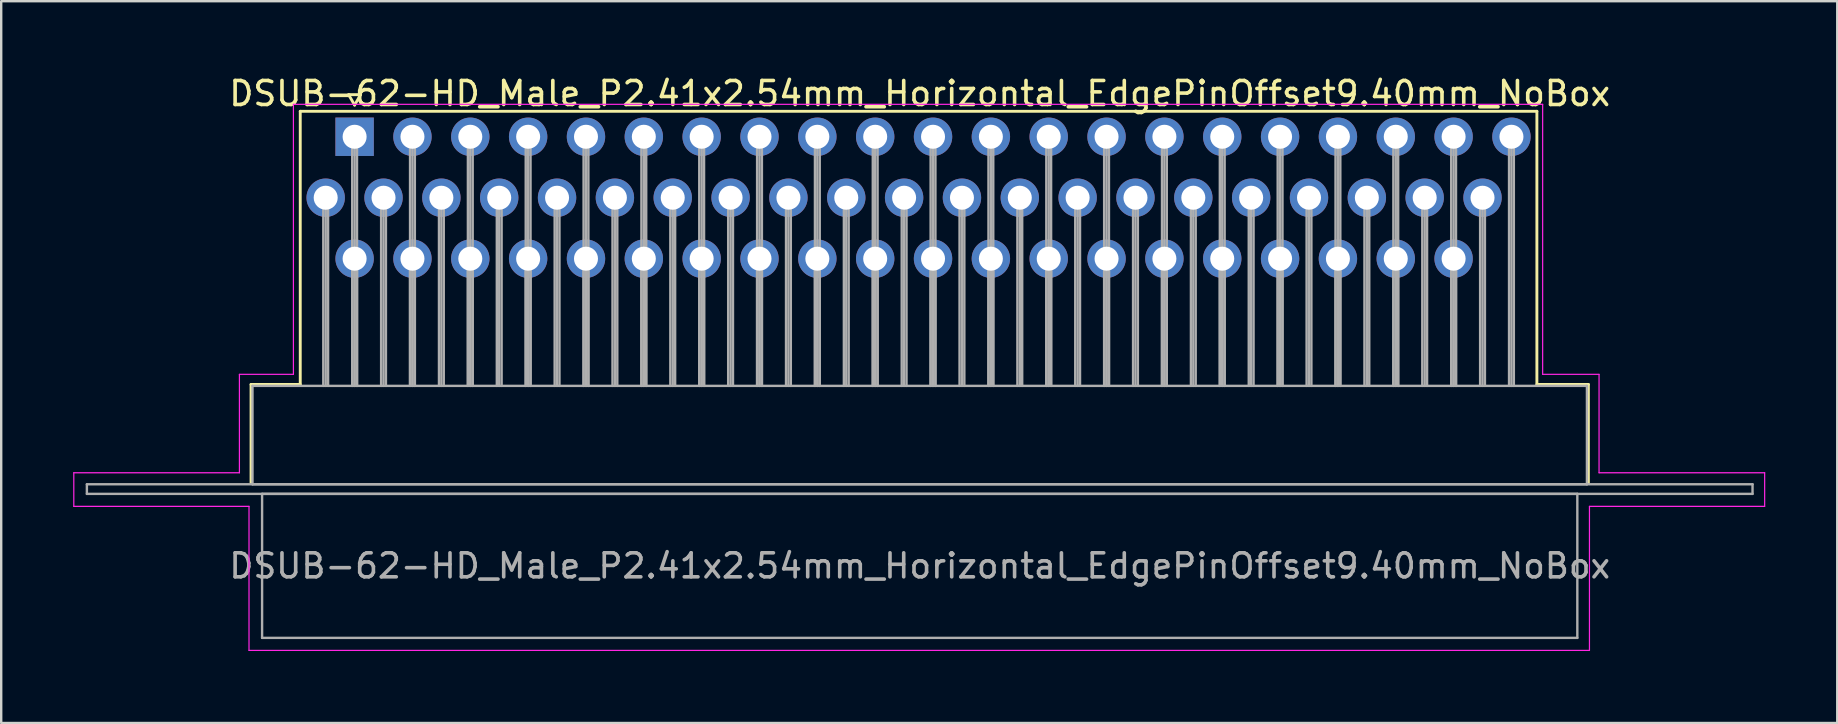
<source format=kicad_pcb>
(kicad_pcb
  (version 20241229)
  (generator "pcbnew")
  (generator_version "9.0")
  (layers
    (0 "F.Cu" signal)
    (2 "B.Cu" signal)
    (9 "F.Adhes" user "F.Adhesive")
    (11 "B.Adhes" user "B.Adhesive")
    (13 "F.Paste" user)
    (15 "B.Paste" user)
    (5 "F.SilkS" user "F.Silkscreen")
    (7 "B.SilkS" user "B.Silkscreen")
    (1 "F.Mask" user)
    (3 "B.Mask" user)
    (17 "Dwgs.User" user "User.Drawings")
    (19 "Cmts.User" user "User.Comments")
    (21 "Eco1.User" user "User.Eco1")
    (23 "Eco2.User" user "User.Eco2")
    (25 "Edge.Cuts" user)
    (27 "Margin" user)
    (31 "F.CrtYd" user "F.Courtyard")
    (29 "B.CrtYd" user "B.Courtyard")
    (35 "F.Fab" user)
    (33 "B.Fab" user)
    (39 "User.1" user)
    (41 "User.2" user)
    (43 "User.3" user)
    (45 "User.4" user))
  (footprint "DSUB-62-HD_Male_P2.41x2.54mm_Horizontal_EdgePinOffset9.40mm_NoBox"
    (layer "F.Cu")
    (at 11.725 2.648)
    (property "Reference" "DSUB-62-HD_Male_P2.41x2.54mm_Horizontal_EdgePinOffset9.40mm_NoBox" (at 23.545 -1.8 0) (layer "F.SilkS") (effects (font (size 1 1) (thickness 0.15))))
    (attr through_hole)
    (fp_line (start -4.315 10.32) (end -2.265 10.32) (stroke (width 0.12) (type solid)) (layer "F.SilkS"))
    (fp_line (start -4.315 14.42) (end -4.315 10.32) (stroke (width 0.12) (type solid)) (layer "F.SilkS"))
    (fp_line (start -2.265 -1.06) (end 49.26 -1.06) (stroke (width 0.12) (type solid)) (layer "F.SilkS"))
    (fp_line (start -2.265 10.32) (end -2.265 -1.06) (stroke (width 0.12) (type solid)) (layer "F.SilkS"))
    (fp_line (start -0.25 -1.754) (end 0.25 -1.754) (stroke (width 0.12) (type solid)) (layer "F.SilkS"))
    (fp_line (start 0 -1.321) (end -0.25 -1.754) (stroke (width 0.12) (type solid)) (layer "F.SilkS"))
    (fp_line (start 0.25 -1.754) (end 0 -1.321) (stroke (width 0.12) (type solid)) (layer "F.SilkS"))
    (fp_line (start 49.26 -1.06) (end 49.26 10.32) (stroke (width 0.12) (type solid)) (layer "F.SilkS"))
    (fp_line (start 49.26 10.32) (end 51.405 10.32) (stroke (width 0.12) (type solid)) (layer "F.SilkS"))
    (fp_line (start 51.405 10.32) (end 51.405 14.42) (stroke (width 0.12) (type solid)) (layer "F.SilkS"))
    (fp_line (start -11.7 14) (end -4.8 14) (stroke (width 0.05) (type solid)) (layer "F.CrtYd"))
    (fp_line (start -11.7 15.4) (end -11.7 14) (stroke (width 0.05) (type solid)) (layer "F.CrtYd"))
    (fp_line (start -4.8 9.9) (end -2.55 9.9) (stroke (width 0.05) (type solid)) (layer "F.CrtYd"))
    (fp_line (start -4.8 14) (end -4.8 9.9) (stroke (width 0.05) (type solid)) (layer "F.CrtYd"))
    (fp_line (start -4.4 15.4) (end -11.7 15.4) (stroke (width 0.05) (type solid)) (layer "F.CrtYd"))
    (fp_line (start -4.4 21.4) (end -4.4 15.4) (stroke (width 0.05) (type solid)) (layer "F.CrtYd"))
    (fp_line (start -2.55 -1.35) (end 49.5 -1.35) (stroke (width 0.05) (type solid)) (layer "F.CrtYd"))
    (fp_line (start -2.55 9.9) (end -2.55 -1.35) (stroke (width 0.05) (type solid)) (layer "F.CrtYd"))
    (fp_line (start 49.5 -1.35) (end 49.5 9.9) (stroke (width 0.05) (type solid)) (layer "F.CrtYd"))
    (fp_line (start 49.5 9.9) (end 51.85 9.9) (stroke (width 0.05) (type solid)) (layer "F.CrtYd"))
    (fp_line (start 51.45 15.4) (end 51.45 21.4) (stroke (width 0.05) (type solid)) (layer "F.CrtYd"))
    (fp_line (start 51.45 21.4) (end -4.4 21.4) (stroke (width 0.05) (type solid)) (layer "F.CrtYd"))
    (fp_line (start 51.85 9.9) (end 51.85 14) (stroke (width 0.05) (type solid)) (layer "F.CrtYd"))
    (fp_line (start 51.85 14) (end 58.75 14) (stroke (width 0.05) (type solid)) (layer "F.CrtYd"))
    (fp_line (start 58.75 14) (end 58.75 15.4) (stroke (width 0.05) (type solid)) (layer "F.CrtYd"))
    (fp_line (start 58.75 15.4) (end 51.45 15.4) (stroke (width 0.05) (type solid)) (layer "F.CrtYd"))
    (fp_line (start -11.155 14.48) (end -11.155 14.88) (stroke (width 0.1) (type solid)) (layer "F.Fab"))
    (fp_line (start -11.155 14.88) (end 58.245 14.88) (stroke (width 0.1) (type solid)) (layer "F.Fab"))
    (fp_line (start -4.255 10.38) (end -4.255 14.48) (stroke (width 0.1) (type solid)) (layer "F.Fab"))
    (fp_line (start -4.255 14.48) (end 51.345 14.48) (stroke (width 0.1) (type solid)) (layer "F.Fab"))
    (fp_line (start -3.855 14.88) (end -3.855 20.88) (stroke (width 0.1) (type solid)) (layer "F.Fab"))
    (fp_line (start -3.855 20.88) (end 50.945 20.88) (stroke (width 0.1) (type solid)) (layer "F.Fab"))
    (fp_line (start -1.305 2.54) (end -1.305 10.38) (stroke (width 0.1) (type solid)) (layer "F.Fab"))
    (fp_line (start -1.205 2.54) (end -1.205 10.38) (stroke (width 0.1) (type solid)) (layer "F.Fab"))
    (fp_line (start -1.105 2.54) (end -1.105 10.38) (stroke (width 0.1) (type solid)) (layer "F.Fab"))
    (fp_line (start -0.1 0) (end -0.1 10.38) (stroke (width 0.1) (type solid)) (layer "F.Fab"))
    (fp_line (start -0.1 5.08) (end -0.1 10.38) (stroke (width 0.1) (type solid)) (layer "F.Fab"))
    (fp_line (start 0 0) (end 0 10.38) (stroke (width 0.1) (type solid)) (layer "F.Fab"))
    (fp_line (start 0 5.08) (end 0 10.38) (stroke (width 0.1) (type solid)) (layer "F.Fab"))
    (fp_line (start 0.1 0) (end 0.1 10.38) (stroke (width 0.1) (type solid)) (layer "F.Fab"))
    (fp_line (start 0.1 5.08) (end 0.1 10.38) (stroke (width 0.1) (type solid)) (layer "F.Fab"))
    (fp_line (start 1.105 2.54) (end 1.105 10.38) (stroke (width 0.1) (type solid)) (layer "F.Fab"))
    (fp_line (start 1.205 2.54) (end 1.205 10.38) (stroke (width 0.1) (type solid)) (layer "F.Fab"))
    (fp_line (start 1.305 2.54) (end 1.305 10.38) (stroke (width 0.1) (type solid)) (layer "F.Fab"))
    (fp_line (start 2.31 0) (end 2.31 10.38) (stroke (width 0.1) (type solid)) (layer "F.Fab"))
    (fp_line (start 2.31 5.08) (end 2.31 10.38) (stroke (width 0.1) (type solid)) (layer "F.Fab"))
    (fp_line (start 2.41 0) (end 2.41 10.38) (stroke (width 0.1) (type solid)) (layer "F.Fab"))
    (fp_line (start 2.41 5.08) (end 2.41 10.38) (stroke (width 0.1) (type solid)) (layer "F.Fab"))
    (fp_line (start 2.51 0) (end 2.51 10.38) (stroke (width 0.1) (type solid)) (layer "F.Fab"))
    (fp_line (start 2.51 5.08) (end 2.51 10.38) (stroke (width 0.1) (type solid)) (layer "F.Fab"))
    (fp_line (start 3.515 2.54) (end 3.515 10.38) (stroke (width 0.1) (type solid)) (layer "F.Fab"))
    (fp_line (start 3.615 2.54) (end 3.615 10.38) (stroke (width 0.1) (type solid)) (layer "F.Fab"))
    (fp_line (start 3.715 2.54) (end 3.715 10.38) (stroke (width 0.1) (type solid)) (layer "F.Fab"))
    (fp_line (start 4.72 0) (end 4.72 10.38) (stroke (width 0.1) (type solid)) (layer "F.Fab"))
    (fp_line (start 4.72 5.08) (end 4.72 10.38) (stroke (width 0.1) (type solid)) (layer "F.Fab"))
    (fp_line (start 4.82 0) (end 4.82 10.38) (stroke (width 0.1) (type solid)) (layer "F.Fab"))
    (fp_line (start 4.82 5.08) (end 4.82 10.38) (stroke (width 0.1) (type solid)) (layer "F.Fab"))
    (fp_line (start 4.92 0) (end 4.92 10.38) (stroke (width 0.1) (type solid)) (layer "F.Fab"))
    (fp_line (start 4.92 5.08) (end 4.92 10.38) (stroke (width 0.1) (type solid)) (layer "F.Fab"))
    (fp_line (start 5.925 2.54) (end 5.925 10.38) (stroke (width 0.1) (type solid)) (layer "F.Fab"))
    (fp_line (start 6.025 2.54) (end 6.025 10.38) (stroke (width 0.1) (type solid)) (layer "F.Fab"))
    (fp_line (start 6.125 2.54) (end 6.125 10.38) (stroke (width 0.1) (type solid)) (layer "F.Fab"))
    (fp_line (start 7.13 0) (end 7.13 10.38) (stroke (width 0.1) (type solid)) (layer "F.Fab"))
    (fp_line (start 7.13 5.08) (end 7.13 10.38) (stroke (width 0.1) (type solid)) (layer "F.Fab"))
    (fp_line (start 7.23 0) (end 7.23 10.38) (stroke (width 0.1) (type solid)) (layer "F.Fab"))
    (fp_line (start 7.23 5.08) (end 7.23 10.38) (stroke (width 0.1) (type solid)) (layer "F.Fab"))
    (fp_line (start 7.33 0) (end 7.33 10.38) (stroke (width 0.1) (type solid)) (layer "F.Fab"))
    (fp_line (start 7.33 5.08) (end 7.33 10.38) (stroke (width 0.1) (type solid)) (layer "F.Fab"))
    (fp_line (start 8.335 2.54) (end 8.335 10.38) (stroke (width 0.1) (type solid)) (layer "F.Fab"))
    (fp_line (start 8.435 2.54) (end 8.435 10.38) (stroke (width 0.1) (type solid)) (layer "F.Fab"))
    (fp_line (start 8.535 2.54) (end 8.535 10.38) (stroke (width 0.1) (type solid)) (layer "F.Fab"))
    (fp_line (start 9.54 0) (end 9.54 10.38) (stroke (width 0.1) (type solid)) (layer "F.Fab"))
    (fp_line (start 9.54 5.08) (end 9.54 10.38) (stroke (width 0.1) (type solid)) (layer "F.Fab"))
    (fp_line (start 9.64 0) (end 9.64 10.38) (stroke (width 0.1) (type solid)) (layer "F.Fab"))
    (fp_line (start 9.64 5.08) (end 9.64 10.38) (stroke (width 0.1) (type solid)) (layer "F.Fab"))
    (fp_line (start 9.74 0) (end 9.74 10.38) (stroke (width 0.1) (type solid)) (layer "F.Fab"))
    (fp_line (start 9.74 5.08) (end 9.74 10.38) (stroke (width 0.1) (type solid)) (layer "F.Fab"))
    (fp_line (start 10.745 2.54) (end 10.745 10.38) (stroke (width 0.1) (type solid)) (layer "F.Fab"))
    (fp_line (start 10.845 2.54) (end 10.845 10.38) (stroke (width 0.1) (type solid)) (layer "F.Fab"))
    (fp_line (start 10.945 2.54) (end 10.945 10.38) (stroke (width 0.1) (type solid)) (layer "F.Fab"))
    (fp_line (start 11.95 0) (end 11.95 10.38) (stroke (width 0.1) (type solid)) (layer "F.Fab"))
    (fp_line (start 11.95 5.08) (end 11.95 10.38) (stroke (width 0.1) (type solid)) (layer "F.Fab"))
    (fp_line (start 12.05 0) (end 12.05 10.38) (stroke (width 0.1) (type solid)) (layer "F.Fab"))
    (fp_line (start 12.05 5.08) (end 12.05 10.38) (stroke (width 0.1) (type solid)) (layer "F.Fab"))
    (fp_line (start 12.15 0) (end 12.15 10.38) (stroke (width 0.1) (type solid)) (layer "F.Fab"))
    (fp_line (start 12.15 5.08) (end 12.15 10.38) (stroke (width 0.1) (type solid)) (layer "F.Fab"))
    (fp_line (start 13.155 2.54) (end 13.155 10.38) (stroke (width 0.1) (type solid)) (layer "F.Fab"))
    (fp_line (start 13.255 2.54) (end 13.255 10.38) (stroke (width 0.1) (type solid)) (layer "F.Fab"))
    (fp_line (start 13.355 2.54) (end 13.355 10.38) (stroke (width 0.1) (type solid)) (layer "F.Fab"))
    (fp_line (start 14.36 0) (end 14.36 10.38) (stroke (width 0.1) (type solid)) (layer "F.Fab"))
    (fp_line (start 14.36 5.08) (end 14.36 10.38) (stroke (width 0.1) (type solid)) (layer "F.Fab"))
    (fp_line (start 14.46 0) (end 14.46 10.38) (stroke (width 0.1) (type solid)) (layer "F.Fab"))
    (fp_line (start 14.46 5.08) (end 14.46 10.38) (stroke (width 0.1) (type solid)) (layer "F.Fab"))
    (fp_line (start 14.56 0) (end 14.56 10.38) (stroke (width 0.1) (type solid)) (layer "F.Fab"))
    (fp_line (start 14.56 5.08) (end 14.56 10.38) (stroke (width 0.1) (type solid)) (layer "F.Fab"))
    (fp_line (start 15.565 2.54) (end 15.565 10.38) (stroke (width 0.1) (type solid)) (layer "F.Fab"))
    (fp_line (start 15.665 2.54) (end 15.665 10.38) (stroke (width 0.1) (type solid)) (layer "F.Fab"))
    (fp_line (start 15.765 2.54) (end 15.765 10.38) (stroke (width 0.1) (type solid)) (layer "F.Fab"))
    (fp_line (start 16.77 0) (end 16.77 10.38) (stroke (width 0.1) (type solid)) (layer "F.Fab"))
    (fp_line (start 16.77 5.08) (end 16.77 10.38) (stroke (width 0.1) (type solid)) (layer "F.Fab"))
    (fp_line (start 16.87 0) (end 16.87 10.38) (stroke (width 0.1) (type solid)) (layer "F.Fab"))
    (fp_line (start 16.87 5.08) (end 16.87 10.38) (stroke (width 0.1) (type solid)) (layer "F.Fab"))
    (fp_line (start 16.97 0) (end 16.97 10.38) (stroke (width 0.1) (type solid)) (layer "F.Fab"))
    (fp_line (start 16.97 5.08) (end 16.97 10.38) (stroke (width 0.1) (type solid)) (layer "F.Fab"))
    (fp_line (start 17.975 2.54) (end 17.975 10.38) (stroke (width 0.1) (type solid)) (layer "F.Fab"))
    (fp_line (start 18.075 2.54) (end 18.075 10.38) (stroke (width 0.1) (type solid)) (layer "F.Fab"))
    (fp_line (start 18.175 2.54) (end 18.175 10.38) (stroke (width 0.1) (type solid)) (layer "F.Fab"))
    (fp_line (start 19.18 0) (end 19.18 10.38) (stroke (width 0.1) (type solid)) (layer "F.Fab"))
    (fp_line (start 19.18 5.08) (end 19.18 10.38) (stroke (width 0.1) (type solid)) (layer "F.Fab"))
    (fp_line (start 19.28 0) (end 19.28 10.38) (stroke (width 0.1) (type solid)) (layer "F.Fab"))
    (fp_line (start 19.28 5.08) (end 19.28 10.38) (stroke (width 0.1) (type solid)) (layer "F.Fab"))
    (fp_line (start 19.38 0) (end 19.38 10.38) (stroke (width 0.1) (type solid)) (layer "F.Fab"))
    (fp_line (start 19.38 5.08) (end 19.38 10.38) (stroke (width 0.1) (type solid)) (layer "F.Fab"))
    (fp_line (start 20.385 2.54) (end 20.385 10.38) (stroke (width 0.1) (type solid)) (layer "F.Fab"))
    (fp_line (start 20.485 2.54) (end 20.485 10.38) (stroke (width 0.1) (type solid)) (layer "F.Fab"))
    (fp_line (start 20.585 2.54) (end 20.585 10.38) (stroke (width 0.1) (type solid)) (layer "F.Fab"))
    (fp_line (start 21.59 0) (end 21.59 10.38) (stroke (width 0.1) (type solid)) (layer "F.Fab"))
    (fp_line (start 21.59 5.08) (end 21.59 10.38) (stroke (width 0.1) (type solid)) (layer "F.Fab"))
    (fp_line (start 21.69 0) (end 21.69 10.38) (stroke (width 0.1) (type solid)) (layer "F.Fab"))
    (fp_line (start 21.69 5.08) (end 21.69 10.38) (stroke (width 0.1) (type solid)) (layer "F.Fab"))
    (fp_line (start 21.79 0) (end 21.79 10.38) (stroke (width 0.1) (type solid)) (layer "F.Fab"))
    (fp_line (start 21.79 5.08) (end 21.79 10.38) (stroke (width 0.1) (type solid)) (layer "F.Fab"))
    (fp_line (start 22.795 2.54) (end 22.795 10.38) (stroke (width 0.1) (type solid)) (layer "F.Fab"))
    (fp_line (start 22.895 2.54) (end 22.895 10.38) (stroke (width 0.1) (type solid)) (layer "F.Fab"))
    (fp_line (start 22.995 2.54) (end 22.995 10.38) (stroke (width 0.1) (type solid)) (layer "F.Fab"))
    (fp_line (start 24 0) (end 24 10.38) (stroke (width 0.1) (type solid)) (layer "F.Fab"))
    (fp_line (start 24 5.08) (end 24 10.38) (stroke (width 0.1) (type solid)) (layer "F.Fab"))
    (fp_line (start 24.1 0) (end 24.1 10.38) (stroke (width 0.1) (type solid)) (layer "F.Fab"))
    (fp_line (start 24.1 5.08) (end 24.1 10.38) (stroke (width 0.1) (type solid)) (layer "F.Fab"))
    (fp_line (start 24.2 0) (end 24.2 10.38) (stroke (width 0.1) (type solid)) (layer "F.Fab"))
    (fp_line (start 24.2 5.08) (end 24.2 10.38) (stroke (width 0.1) (type solid)) (layer "F.Fab"))
    (fp_line (start 25.205 2.54) (end 25.205 10.38) (stroke (width 0.1) (type solid)) (layer "F.Fab"))
    (fp_line (start 25.305 2.54) (end 25.305 10.38) (stroke (width 0.1) (type solid)) (layer "F.Fab"))
    (fp_line (start 25.405 2.54) (end 25.405 10.38) (stroke (width 0.1) (type solid)) (layer "F.Fab"))
    (fp_line (start 26.41 0) (end 26.41 10.38) (stroke (width 0.1) (type solid)) (layer "F.Fab"))
    (fp_line (start 26.41 5.08) (end 26.41 10.38) (stroke (width 0.1) (type solid)) (layer "F.Fab"))
    (fp_line (start 26.51 0) (end 26.51 10.38) (stroke (width 0.1) (type solid)) (layer "F.Fab"))
    (fp_line (start 26.51 5.08) (end 26.51 10.38) (stroke (width 0.1) (type solid)) (layer "F.Fab"))
    (fp_line (start 26.61 0) (end 26.61 10.38) (stroke (width 0.1) (type solid)) (layer "F.Fab"))
    (fp_line (start 26.61 5.08) (end 26.61 10.38) (stroke (width 0.1) (type solid)) (layer "F.Fab"))
    (fp_line (start 27.615 2.54) (end 27.615 10.38) (stroke (width 0.1) (type solid)) (layer "F.Fab"))
    (fp_line (start 27.715 2.54) (end 27.715 10.38) (stroke (width 0.1) (type solid)) (layer "F.Fab"))
    (fp_line (start 27.815 2.54) (end 27.815 10.38) (stroke (width 0.1) (type solid)) (layer "F.Fab"))
    (fp_line (start 28.82 0) (end 28.82 10.38) (stroke (width 0.1) (type solid)) (layer "F.Fab"))
    (fp_line (start 28.82 5.08) (end 28.82 10.38) (stroke (width 0.1) (type solid)) (layer "F.Fab"))
    (fp_line (start 28.92 0) (end 28.92 10.38) (stroke (width 0.1) (type solid)) (layer "F.Fab"))
    (fp_line (start 28.92 5.08) (end 28.92 10.38) (stroke (width 0.1) (type solid)) (layer "F.Fab"))
    (fp_line (start 29.02 0) (end 29.02 10.38) (stroke (width 0.1) (type solid)) (layer "F.Fab"))
    (fp_line (start 29.02 5.08) (end 29.02 10.38) (stroke (width 0.1) (type solid)) (layer "F.Fab"))
    (fp_line (start 30.025 2.54) (end 30.025 10.38) (stroke (width 0.1) (type solid)) (layer "F.Fab"))
    (fp_line (start 30.125 2.54) (end 30.125 10.38) (stroke (width 0.1) (type solid)) (layer "F.Fab"))
    (fp_line (start 30.225 2.54) (end 30.225 10.38) (stroke (width 0.1) (type solid)) (layer "F.Fab"))
    (fp_line (start 31.23 0) (end 31.23 10.38) (stroke (width 0.1) (type solid)) (layer "F.Fab"))
    (fp_line (start 31.23 5.08) (end 31.23 10.38) (stroke (width 0.1) (type solid)) (layer "F.Fab"))
    (fp_line (start 31.33 0) (end 31.33 10.38) (stroke (width 0.1) (type solid)) (layer "F.Fab"))
    (fp_line (start 31.33 5.08) (end 31.33 10.38) (stroke (width 0.1) (type solid)) (layer "F.Fab"))
    (fp_line (start 31.43 0) (end 31.43 10.38) (stroke (width 0.1) (type solid)) (layer "F.Fab"))
    (fp_line (start 31.43 5.08) (end 31.43 10.38) (stroke (width 0.1) (type solid)) (layer "F.Fab"))
    (fp_line (start 32.435 2.54) (end 32.435 10.38) (stroke (width 0.1) (type solid)) (layer "F.Fab"))
    (fp_line (start 32.535 2.54) (end 32.535 10.38) (stroke (width 0.1) (type solid)) (layer "F.Fab"))
    (fp_line (start 32.635 2.54) (end 32.635 10.38) (stroke (width 0.1) (type solid)) (layer "F.Fab"))
    (fp_line (start 33.64 0) (end 33.64 10.38) (stroke (width 0.1) (type solid)) (layer "F.Fab"))
    (fp_line (start 33.64 5.08) (end 33.64 10.38) (stroke (width 0.1) (type solid)) (layer "F.Fab"))
    (fp_line (start 33.74 0) (end 33.74 10.38) (stroke (width 0.1) (type solid)) (layer "F.Fab"))
    (fp_line (start 33.74 5.08) (end 33.74 10.38) (stroke (width 0.1) (type solid)) (layer "F.Fab"))
    (fp_line (start 33.84 0) (end 33.84 10.38) (stroke (width 0.1) (type solid)) (layer "F.Fab"))
    (fp_line (start 33.84 5.08) (end 33.84 10.38) (stroke (width 0.1) (type solid)) (layer "F.Fab"))
    (fp_line (start 34.845 2.54) (end 34.845 10.38) (stroke (width 0.1) (type solid)) (layer "F.Fab"))
    (fp_line (start 34.945 2.54) (end 34.945 10.38) (stroke (width 0.1) (type solid)) (layer "F.Fab"))
    (fp_line (start 35.045 2.54) (end 35.045 10.38) (stroke (width 0.1) (type solid)) (layer "F.Fab"))
    (fp_line (start 36.05 0) (end 36.05 10.38) (stroke (width 0.1) (type solid)) (layer "F.Fab"))
    (fp_line (start 36.05 5.08) (end 36.05 10.38) (stroke (width 0.1) (type solid)) (layer "F.Fab"))
    (fp_line (start 36.15 0) (end 36.15 10.38) (stroke (width 0.1) (type solid)) (layer "F.Fab"))
    (fp_line (start 36.15 5.08) (end 36.15 10.38) (stroke (width 0.1) (type solid)) (layer "F.Fab"))
    (fp_line (start 36.25 0) (end 36.25 10.38) (stroke (width 0.1) (type solid)) (layer "F.Fab"))
    (fp_line (start 36.25 5.08) (end 36.25 10.38) (stroke (width 0.1) (type solid)) (layer "F.Fab"))
    (fp_line (start 37.255 2.54) (end 37.255 10.38) (stroke (width 0.1) (type solid)) (layer "F.Fab"))
    (fp_line (start 37.355 2.54) (end 37.355 10.38) (stroke (width 0.1) (type solid)) (layer "F.Fab"))
    (fp_line (start 37.455 2.54) (end 37.455 10.38) (stroke (width 0.1) (type solid)) (layer "F.Fab"))
    (fp_line (start 38.46 0) (end 38.46 10.38) (stroke (width 0.1) (type solid)) (layer "F.Fab"))
    (fp_line (start 38.46 5.08) (end 38.46 10.38) (stroke (width 0.1) (type solid)) (layer "F.Fab"))
    (fp_line (start 38.56 0) (end 38.56 10.38) (stroke (width 0.1) (type solid)) (layer "F.Fab"))
    (fp_line (start 38.56 5.08) (end 38.56 10.38) (stroke (width 0.1) (type solid)) (layer "F.Fab"))
    (fp_line (start 38.66 0) (end 38.66 10.38) (stroke (width 0.1) (type solid)) (layer "F.Fab"))
    (fp_line (start 38.66 5.08) (end 38.66 10.38) (stroke (width 0.1) (type solid)) (layer "F.Fab"))
    (fp_line (start 39.665 2.54) (end 39.665 10.38) (stroke (width 0.1) (type solid)) (layer "F.Fab"))
    (fp_line (start 39.765 2.54) (end 39.765 10.38) (stroke (width 0.1) (type solid)) (layer "F.Fab"))
    (fp_line (start 39.865 2.54) (end 39.865 10.38) (stroke (width 0.1) (type solid)) (layer "F.Fab"))
    (fp_line (start 40.87 0) (end 40.87 10.38) (stroke (width 0.1) (type solid)) (layer "F.Fab"))
    (fp_line (start 40.87 5.08) (end 40.87 10.38) (stroke (width 0.1) (type solid)) (layer "F.Fab"))
    (fp_line (start 40.97 0) (end 40.97 10.38) (stroke (width 0.1) (type solid)) (layer "F.Fab"))
    (fp_line (start 40.97 5.08) (end 40.97 10.38) (stroke (width 0.1) (type solid)) (layer "F.Fab"))
    (fp_line (start 41.07 0) (end 41.07 10.38) (stroke (width 0.1) (type solid)) (layer "F.Fab"))
    (fp_line (start 41.07 5.08) (end 41.07 10.38) (stroke (width 0.1) (type solid)) (layer "F.Fab"))
    (fp_line (start 42.075 2.54) (end 42.075 10.38) (stroke (width 0.1) (type solid)) (layer "F.Fab"))
    (fp_line (start 42.175 2.54) (end 42.175 10.38) (stroke (width 0.1) (type solid)) (layer "F.Fab"))
    (fp_line (start 42.275 2.54) (end 42.275 10.38) (stroke (width 0.1) (type solid)) (layer "F.Fab"))
    (fp_line (start 43.28 0) (end 43.28 10.38) (stroke (width 0.1) (type solid)) (layer "F.Fab"))
    (fp_line (start 43.28 5.08) (end 43.28 10.38) (stroke (width 0.1) (type solid)) (layer "F.Fab"))
    (fp_line (start 43.38 0) (end 43.38 10.38) (stroke (width 0.1) (type solid)) (layer "F.Fab"))
    (fp_line (start 43.38 5.08) (end 43.38 10.38) (stroke (width 0.1) (type solid)) (layer "F.Fab"))
    (fp_line (start 43.48 0) (end 43.48 10.38) (stroke (width 0.1) (type solid)) (layer "F.Fab"))
    (fp_line (start 43.48 5.08) (end 43.48 10.38) (stroke (width 0.1) (type solid)) (layer "F.Fab"))
    (fp_line (start 44.485 2.54) (end 44.485 10.38) (stroke (width 0.1) (type solid)) (layer "F.Fab"))
    (fp_line (start 44.585 2.54) (end 44.585 10.38) (stroke (width 0.1) (type solid)) (layer "F.Fab"))
    (fp_line (start 44.685 2.54) (end 44.685 10.38) (stroke (width 0.1) (type solid)) (layer "F.Fab"))
    (fp_line (start 45.69 0) (end 45.69 10.38) (stroke (width 0.1) (type solid)) (layer "F.Fab"))
    (fp_line (start 45.69 5.08) (end 45.69 10.38) (stroke (width 0.1) (type solid)) (layer "F.Fab"))
    (fp_line (start 45.79 0) (end 45.79 10.38) (stroke (width 0.1) (type solid)) (layer "F.Fab"))
    (fp_line (start 45.79 5.08) (end 45.79 10.38) (stroke (width 0.1) (type solid)) (layer "F.Fab"))
    (fp_line (start 45.89 0) (end 45.89 10.38) (stroke (width 0.1) (type solid)) (layer "F.Fab"))
    (fp_line (start 45.89 5.08) (end 45.89 10.38) (stroke (width 0.1) (type solid)) (layer "F.Fab"))
    (fp_line (start 46.895 2.54) (end 46.895 10.38) (stroke (width 0.1) (type solid)) (layer "F.Fab"))
    (fp_line (start 46.995 2.54) (end 46.995 10.38) (stroke (width 0.1) (type solid)) (layer "F.Fab"))
    (fp_line (start 47.095 2.54) (end 47.095 10.38) (stroke (width 0.1) (type solid)) (layer "F.Fab"))
    (fp_line (start 48.1 0) (end 48.1 10.38) (stroke (width 0.1) (type solid)) (layer "F.Fab"))
    (fp_line (start 48.2 0) (end 48.2 10.38) (stroke (width 0.1) (type solid)) (layer "F.Fab"))
    (fp_line (start 48.3 0) (end 48.3 10.38) (stroke (width 0.1) (type solid)) (layer "F.Fab"))
    (fp_line (start 50.945 14.88) (end -3.855 14.88) (stroke (width 0.1) (type solid)) (layer "F.Fab"))
    (fp_line (start 50.945 20.88) (end 50.945 14.88) (stroke (width 0.1) (type solid)) (layer "F.Fab"))
    (fp_line (start 51.345 10.38) (end -4.255 10.38) (stroke (width 0.1) (type solid)) (layer "F.Fab"))
    (fp_line (start 51.345 14.48) (end 51.345 10.38) (stroke (width 0.1) (type solid)) (layer "F.Fab"))
    (fp_line (start 58.245 14.48) (end -11.155 14.48) (stroke (width 0.1) (type solid)) (layer "F.Fab"))
    (fp_line (start 58.245 14.88) (end 58.245 14.48) (stroke (width 0.1) (type solid)) (layer "F.Fab"))
    (fp_text user "${REFERENCE}" (at 23.545 17.88 0) (layer "F.Fab") (effects (font (size 1 1) (thickness 0.15))))
    (pad "1" thru_hole rect (at 0 0) (size 1.6 1.6) (drill 1) (layers "*.Cu" "*.Mask"))
    (pad "2" thru_hole circle (at 2.41 0) (size 1.6 1.6) (drill 1) (layers "*.Cu" "*.Mask"))
    (pad "3" thru_hole circle (at 4.82 0) (size 1.6 1.6) (drill 1) (layers "*.Cu" "*.Mask"))
    (pad "4" thru_hole circle (at 7.23 0) (size 1.6 1.6) (drill 1) (layers "*.Cu" "*.Mask"))
    (pad "5" thru_hole circle (at 9.64 0) (size 1.6 1.6) (drill 1) (layers "*.Cu" "*.Mask"))
    (pad "6" thru_hole circle (at 12.05 0) (size 1.6 1.6) (drill 1) (layers "*.Cu" "*.Mask"))
    (pad "7" thru_hole circle (at 14.46 0) (size 1.6 1.6) (drill 1) (layers "*.Cu" "*.Mask"))
    (pad "8" thru_hole circle (at 16.87 0) (size 1.6 1.6) (drill 1) (layers "*.Cu" "*.Mask"))
    (pad "9" thru_hole circle (at 19.28 0) (size 1.6 1.6) (drill 1) (layers "*.Cu" "*.Mask"))
    (pad "10" thru_hole circle (at 21.69 0) (size 1.6 1.6) (drill 1) (layers "*.Cu" "*.Mask"))
    (pad "11" thru_hole circle (at 24.1 0) (size 1.6 1.6) (drill 1) (layers "*.Cu" "*.Mask"))
    (pad "12" thru_hole circle (at 26.51 0) (size 1.6 1.6) (drill 1) (layers "*.Cu" "*.Mask"))
    (pad "13" thru_hole circle (at 28.92 0) (size 1.6 1.6) (drill 1) (layers "*.Cu" "*.Mask"))
    (pad "14" thru_hole circle (at 31.33 0) (size 1.6 1.6) (drill 1) (layers "*.Cu" "*.Mask"))
    (pad "15" thru_hole circle (at 33.74 0) (size 1.6 1.6) (drill 1) (layers "*.Cu" "*.Mask"))
    (pad "16" thru_hole circle (at 36.15 0) (size 1.6 1.6) (drill 1) (layers "*.Cu" "*.Mask"))
    (pad "17" thru_hole circle (at 38.56 0) (size 1.6 1.6) (drill 1) (layers "*.Cu" "*.Mask"))
    (pad "18" thru_hole circle (at 40.97 0) (size 1.6 1.6) (drill 1) (layers "*.Cu" "*.Mask"))
    (pad "19" thru_hole circle (at 43.38 0) (size 1.6 1.6) (drill 1) (layers "*.Cu" "*.Mask"))
    (pad "20" thru_hole circle (at 45.79 0) (size 1.6 1.6) (drill 1) (layers "*.Cu" "*.Mask"))
    (pad "21" thru_hole circle (at 48.2 0) (size 1.6 1.6) (drill 1) (layers "*.Cu" "*.Mask"))
    (pad "22" thru_hole circle (at -1.205 2.54) (size 1.6 1.6) (drill 1) (layers "*.Cu" "*.Mask"))
    (pad "23" thru_hole circle (at 1.205 2.54) (size 1.6 1.6) (drill 1) (layers "*.Cu" "*.Mask"))
    (pad "24" thru_hole circle (at 3.615 2.54) (size 1.6 1.6) (drill 1) (layers "*.Cu" "*.Mask"))
    (pad "25" thru_hole circle (at 6.025 2.54) (size 1.6 1.6) (drill 1) (layers "*.Cu" "*.Mask"))
    (pad "26" thru_hole circle (at 8.435 2.54) (size 1.6 1.6) (drill 1) (layers "*.Cu" "*.Mask"))
    (pad "27" thru_hole circle (at 10.845 2.54) (size 1.6 1.6) (drill 1) (layers "*.Cu" "*.Mask"))
    (pad "28" thru_hole circle (at 13.255 2.54) (size 1.6 1.6) (drill 1) (layers "*.Cu" "*.Mask"))
    (pad "29" thru_hole circle (at 15.665 2.54) (size 1.6 1.6) (drill 1) (layers "*.Cu" "*.Mask"))
    (pad "30" thru_hole circle (at 18.075 2.54) (size 1.6 1.6) (drill 1) (layers "*.Cu" "*.Mask"))
    (pad "31" thru_hole circle (at 20.485 2.54) (size 1.6 1.6) (drill 1) (layers "*.Cu" "*.Mask"))
    (pad "32" thru_hole circle (at 22.895 2.54) (size 1.6 1.6) (drill 1) (layers "*.Cu" "*.Mask"))
    (pad "33" thru_hole circle (at 25.305 2.54) (size 1.6 1.6) (drill 1) (layers "*.Cu" "*.Mask"))
    (pad "34" thru_hole circle (at 27.715 2.54) (size 1.6 1.6) (drill 1) (layers "*.Cu" "*.Mask"))
    (pad "35" thru_hole circle (at 30.125 2.54) (size 1.6 1.6) (drill 1) (layers "*.Cu" "*.Mask"))
    (pad "36" thru_hole circle (at 32.535 2.54) (size 1.6 1.6) (drill 1) (layers "*.Cu" "*.Mask"))
    (pad "37" thru_hole circle (at 34.945 2.54) (size 1.6 1.6) (drill 1) (layers "*.Cu" "*.Mask"))
    (pad "38" thru_hole circle (at 37.355 2.54) (size 1.6 1.6) (drill 1) (layers "*.Cu" "*.Mask"))
    (pad "39" thru_hole circle (at 39.765 2.54) (size 1.6 1.6) (drill 1) (layers "*.Cu" "*.Mask"))
    (pad "40" thru_hole circle (at 42.175 2.54) (size 1.6 1.6) (drill 1) (layers "*.Cu" "*.Mask"))
    (pad "41" thru_hole circle (at 44.585 2.54) (size 1.6 1.6) (drill 1) (layers "*.Cu" "*.Mask"))
    (pad "42" thru_hole circle (at 46.995 2.54) (size 1.6 1.6) (drill 1) (layers "*.Cu" "*.Mask"))
    (pad "43" thru_hole circle (at 0 5.08) (size 1.6 1.6) (drill 1) (layers "*.Cu" "*.Mask"))
    (pad "44" thru_hole circle (at 2.41 5.08) (size 1.6 1.6) (drill 1) (layers "*.Cu" "*.Mask"))
    (pad "45" thru_hole circle (at 4.82 5.08) (size 1.6 1.6) (drill 1) (layers "*.Cu" "*.Mask"))
    (pad "46" thru_hole circle (at 7.23 5.08) (size 1.6 1.6) (drill 1) (layers "*.Cu" "*.Mask"))
    (pad "47" thru_hole circle (at 9.64 5.08) (size 1.6 1.6) (drill 1) (layers "*.Cu" "*.Mask"))
    (pad "48" thru_hole circle (at 12.05 5.08) (size 1.6 1.6) (drill 1) (layers "*.Cu" "*.Mask"))
    (pad "49" thru_hole circle (at 14.46 5.08) (size 1.6 1.6) (drill 1) (layers "*.Cu" "*.Mask"))
    (pad "50" thru_hole circle (at 16.87 5.08) (size 1.6 1.6) (drill 1) (layers "*.Cu" "*.Mask"))
    (pad "51" thru_hole circle (at 19.28 5.08) (size 1.6 1.6) (drill 1) (layers "*.Cu" "*.Mask"))
    (pad "52" thru_hole circle (at 21.69 5.08) (size 1.6 1.6) (drill 1) (layers "*.Cu" "*.Mask"))
    (pad "53" thru_hole circle (at 24.1 5.08) (size 1.6 1.6) (drill 1) (layers "*.Cu" "*.Mask"))
    (pad "54" thru_hole circle (at 26.51 5.08) (size 1.6 1.6) (drill 1) (layers "*.Cu" "*.Mask"))
    (pad "55" thru_hole circle (at 28.92 5.08) (size 1.6 1.6) (drill 1) (layers "*.Cu" "*.Mask"))
    (pad "56" thru_hole circle (at 31.33 5.08) (size 1.6 1.6) (drill 1) (layers "*.Cu" "*.Mask"))
    (pad "57" thru_hole circle (at 33.74 5.08) (size 1.6 1.6) (drill 1) (layers "*.Cu" "*.Mask"))
    (pad "58" thru_hole circle (at 36.15 5.08) (size 1.6 1.6) (drill 1) (layers "*.Cu" "*.Mask"))
    (pad "59" thru_hole circle (at 38.56 5.08) (size 1.6 1.6) (drill 1) (layers "*.Cu" "*.Mask"))
    (pad "60" thru_hole circle (at 40.97 5.08) (size 1.6 1.6) (drill 1) (layers "*.Cu" "*.Mask"))
    (pad "61" thru_hole circle (at 43.38 5.08) (size 1.6 1.6) (drill 1) (layers "*.Cu" "*.Mask"))
    (pad "62" thru_hole circle (at 45.79 5.08) (size 1.6 1.6) (drill 1) (layers "*.Cu" "*.Mask")))
  (gr_rect
    (start -3 -3)
    (end 73.5 27.073)
    (stroke (width 0.1) (type default))
    (fill no)
    (layer "Edge.Cuts")))
</source>
